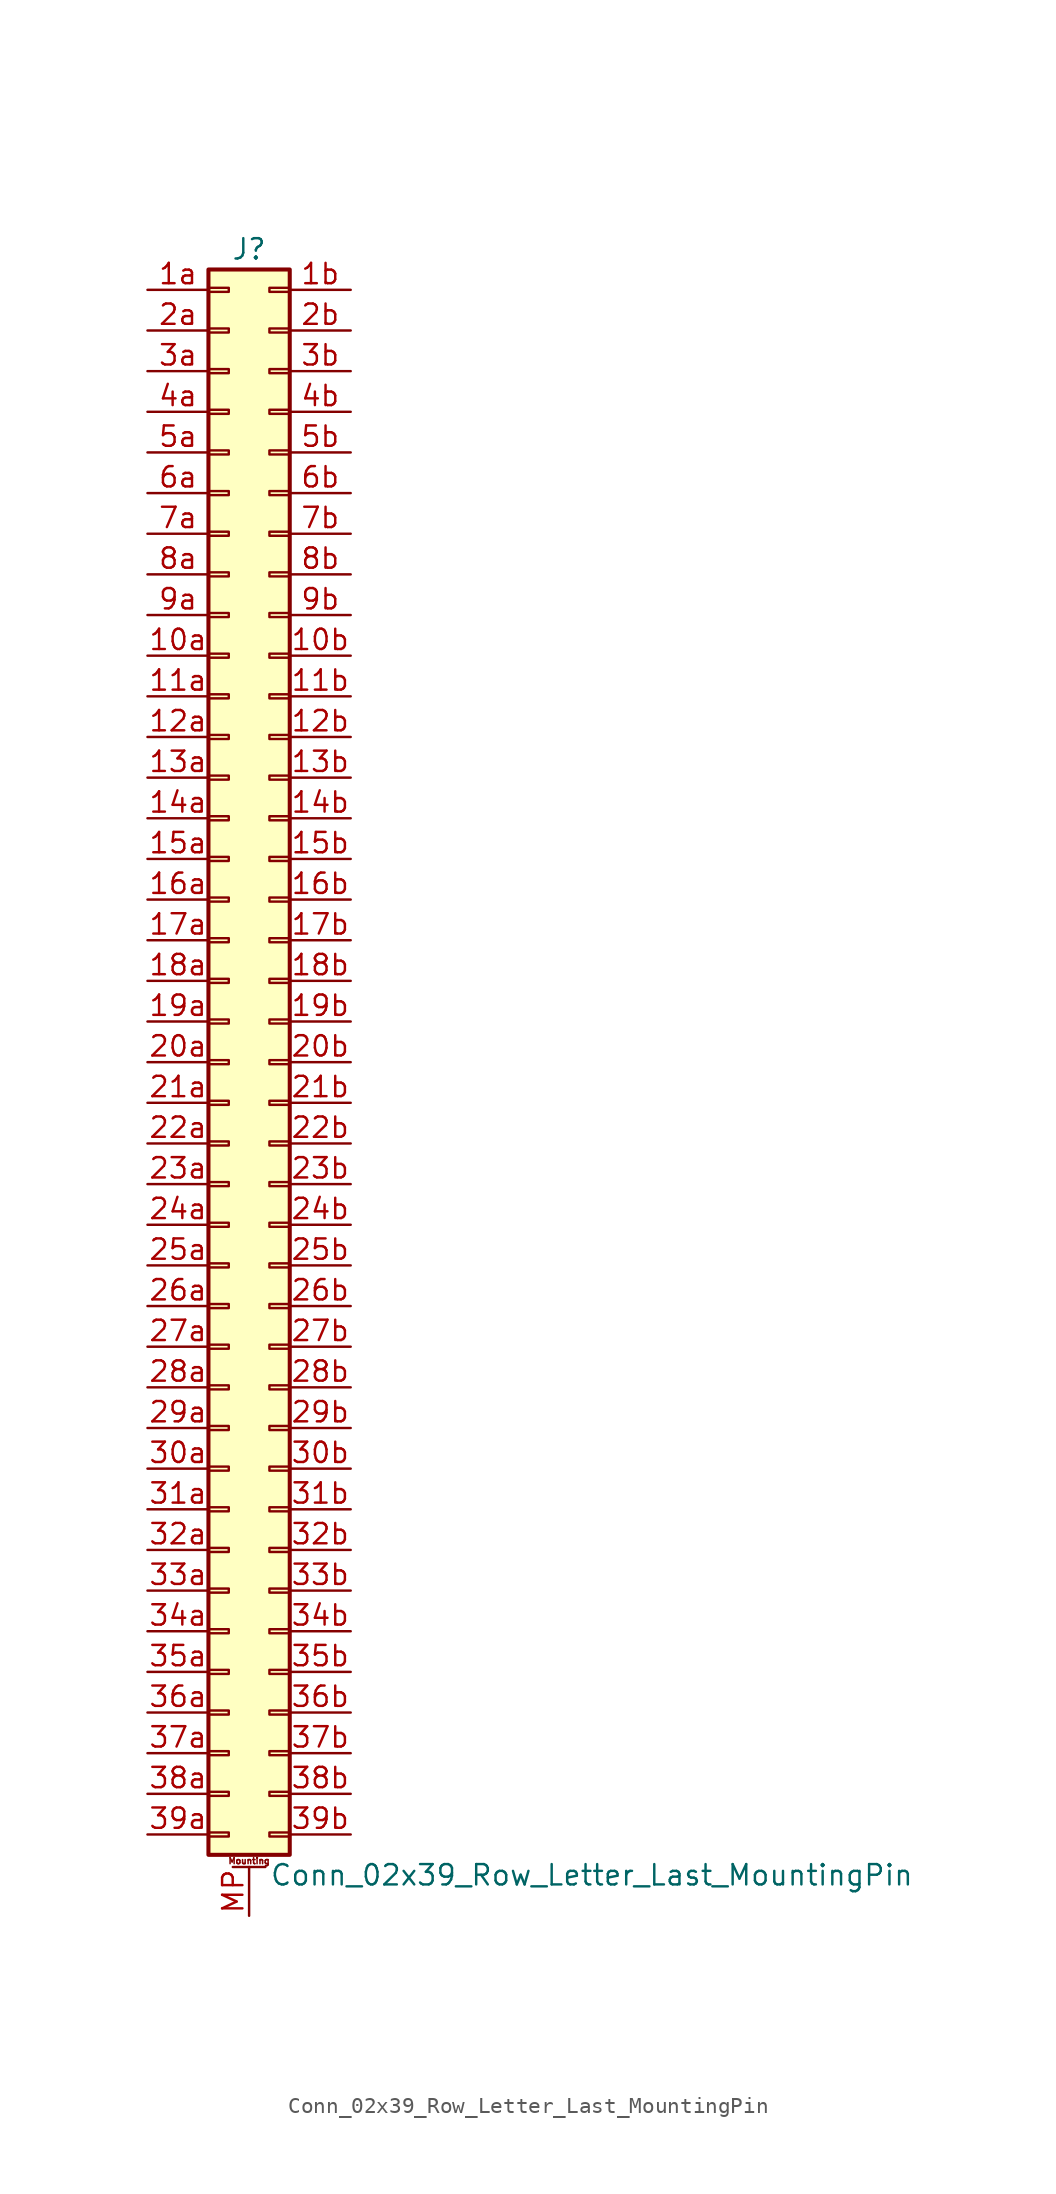
<source format=kicad_sym>
(kicad_symbol_lib
  (version 20201005)
  (generator kicad_symbol_editor)
  (symbol "Connector_Generic_MountingPin:Conn_02x39_Row_Letter_Last_MountingPin"
    (pin_names
      (offset 1.016) hide)
    (property "Reference" "J"
      (at 1.27 50.8 0)
      (effects (font (size 1.27 1.27))))
    (property "Value" "Conn_02x39_Row_Letter_Last_MountingPin"
      (at 2.54 -50.8 0)
      (effects (font (size 1.27 1.27)) (justify left)))
    (symbol "Conn_02x39_Row_Letter_Last_MountingPin_1_1"
      (text "Mounting" (at 1.27 -49.911 0) (effects (font (size 0.381 0.381))))
      (rectangle (start -1.27 -27.813) (end 0 -28.067) (stroke (width 0.152)) (fill (type none)))
      (rectangle (start -1.27 -30.353) (end 0 -30.607) (stroke (width 0.152)) (fill (type none)))
      (rectangle (start -1.27 -32.893) (end 0 -33.147) (stroke (width 0.152)) (fill (type none)))
      (rectangle (start -1.27 -35.433) (end 0 -35.687) (stroke (width 0.152)) (fill (type none)))
      (rectangle (start -1.27 -37.973) (end 0 -38.227) (stroke (width 0.152)) (fill (type none)))
      (rectangle (start -1.27 -40.513) (end 0 -40.767) (stroke (width 0.152)) (fill (type none)))
      (rectangle (start -1.27 -43.053) (end 0 -43.307) (stroke (width 0.152)) (fill (type none)))
      (rectangle (start -1.27 -45.593) (end 0 -45.847) (stroke (width 0.152)) (fill (type none)))
      (rectangle (start -1.27 -48.133) (end 0 -48.387) (stroke (width 0.152)) (fill (type none)))
      (rectangle (start -1.27 -4.953) (end 0 -5.207) (stroke (width 0.152)) (fill (type none)))
      (rectangle (start -1.27 -7.493) (end 0 -7.747) (stroke (width 0.152)) (fill (type none)))
      (rectangle (start -1.27 -10.033) (end 0 -10.287) (stroke (width 0.152)) (fill (type none)))
      (rectangle (start -1.27 -12.573) (end 0 -12.827) (stroke (width 0.152)) (fill (type none)))
      (rectangle (start -1.27 -15.113) (end 0 -15.367) (stroke (width 0.152)) (fill (type none)))
      (rectangle (start -1.27 -17.653) (end 0 -17.907) (stroke (width 0.152)) (fill (type none)))
      (rectangle (start -1.27 -20.193) (end 0 -20.447) (stroke (width 0.152)) (fill (type none)))
      (rectangle (start -1.27 -22.733) (end 0 -22.987) (stroke (width 0.152)) (fill (type none)))
      (rectangle (start -1.27 -2.413) (end 0 -2.667) (stroke (width 0.152)) (fill (type none)))
      (rectangle (start -1.27 -25.273) (end 0 -25.527) (stroke (width 0.152)) (fill (type none)))
      (rectangle (start -1.27 25.527) (end 0 25.273) (stroke (width 0.152)) (fill (type none)))
      (rectangle (start -1.27 2.667) (end 0 2.413) (stroke (width 0.152)) (fill (type none)))
      (rectangle (start -1.27 28.067) (end 0 27.813) (stroke (width 0.152)) (fill (type none)))
      (rectangle (start -1.27 30.607) (end 0 30.353) (stroke (width 0.152)) (fill (type none)))
      (rectangle (start -1.27 33.147) (end 0 32.893) (stroke (width 0.152)) (fill (type none)))
      (rectangle (start -1.27 35.687) (end 0 35.433) (stroke (width 0.152)) (fill (type none)))
      (rectangle (start -1.27 38.227) (end 0 37.973) (stroke (width 0.152)) (fill (type none)))
      (rectangle (start -1.27 40.767) (end 0 40.513) (stroke (width 0.152)) (fill (type none)))
      (rectangle (start -1.27 43.307) (end 0 43.053) (stroke (width 0.152)) (fill (type none)))
      (rectangle (start -1.27 45.847) (end 0 45.593) (stroke (width 0.152)) (fill (type none)))
      (rectangle (start -1.27 48.387) (end 0 48.133) (stroke (width 0.152)) (fill (type none)))
      (rectangle (start -1.27 49.53) (end 3.81 -49.53) (stroke (width 0.254)) (fill (type background)))
      (rectangle (start -1.27 5.207) (end 0 4.953) (stroke (width 0.152)) (fill (type none)))
      (rectangle (start -1.27 7.747) (end 0 7.493) (stroke (width 0.152)) (fill (type none)))
      (rectangle (start -1.27 10.287) (end 0 10.033) (stroke (width 0.152)) (fill (type none)))
      (rectangle (start -1.27 0.127) (end 0 -0.127) (stroke (width 0.152)) (fill (type none)))
      (rectangle (start -1.27 12.827) (end 0 12.573) (stroke (width 0.152)) (fill (type none)))
      (rectangle (start -1.27 15.367) (end 0 15.113) (stroke (width 0.152)) (fill (type none)))
      (rectangle (start -1.27 17.907) (end 0 17.653) (stroke (width 0.152)) (fill (type none)))
      (rectangle (start -1.27 20.447) (end 0 20.193) (stroke (width 0.152)) (fill (type none)))
      (rectangle (start -1.27 22.987) (end 0 22.733) (stroke (width 0.152)) (fill (type none)))
      (rectangle (start 3.81 -27.813) (end 2.54 -28.067) (stroke (width 0.152)) (fill (type none)))
      (rectangle (start 3.81 -30.353) (end 2.54 -30.607) (stroke (width 0.152)) (fill (type none)))
      (rectangle (start 3.81 -32.893) (end 2.54 -33.147) (stroke (width 0.152)) (fill (type none)))
      (rectangle (start 3.81 -35.433) (end 2.54 -35.687) (stroke (width 0.152)) (fill (type none)))
      (rectangle (start 3.81 -37.973) (end 2.54 -38.227) (stroke (width 0.152)) (fill (type none)))
      (rectangle (start 3.81 -40.513) (end 2.54 -40.767) (stroke (width 0.152)) (fill (type none)))
      (rectangle (start 3.81 -43.053) (end 2.54 -43.307) (stroke (width 0.152)) (fill (type none)))
      (rectangle (start 3.81 -45.593) (end 2.54 -45.847) (stroke (width 0.152)) (fill (type none)))
      (rectangle (start 3.81 -48.133) (end 2.54 -48.387) (stroke (width 0.152)) (fill (type none)))
      (rectangle (start 3.81 -4.953) (end 2.54 -5.207) (stroke (width 0.152)) (fill (type none)))
      (rectangle (start 3.81 -7.493) (end 2.54 -7.747) (stroke (width 0.152)) (fill (type none)))
      (rectangle (start 3.81 -10.033) (end 2.54 -10.287) (stroke (width 0.152)) (fill (type none)))
      (rectangle (start 3.81 -12.573) (end 2.54 -12.827) (stroke (width 0.152)) (fill (type none)))
      (rectangle (start 3.81 -15.113) (end 2.54 -15.367) (stroke (width 0.152)) (fill (type none)))
      (rectangle (start 3.81 -17.653) (end 2.54 -17.907) (stroke (width 0.152)) (fill (type none)))
      (rectangle (start 3.81 -20.193) (end 2.54 -20.447) (stroke (width 0.152)) (fill (type none)))
      (rectangle (start 3.81 -22.733) (end 2.54 -22.987) (stroke (width 0.152)) (fill (type none)))
      (rectangle (start 3.81 -2.413) (end 2.54 -2.667) (stroke (width 0.152)) (fill (type none)))
      (rectangle (start 3.81 -25.273) (end 2.54 -25.527) (stroke (width 0.152)) (fill (type none)))
      (rectangle (start 3.81 25.527) (end 2.54 25.273) (stroke (width 0.152)) (fill (type none)))
      (rectangle (start 3.81 2.667) (end 2.54 2.413) (stroke (width 0.152)) (fill (type none)))
      (rectangle (start 3.81 28.067) (end 2.54 27.813) (stroke (width 0.152)) (fill (type none)))
      (rectangle (start 3.81 30.607) (end 2.54 30.353) (stroke (width 0.152)) (fill (type none)))
      (rectangle (start 3.81 33.147) (end 2.54 32.893) (stroke (width 0.152)) (fill (type none)))
      (rectangle (start 3.81 35.687) (end 2.54 35.433) (stroke (width 0.152)) (fill (type none)))
      (rectangle (start 3.81 38.227) (end 2.54 37.973) (stroke (width 0.152)) (fill (type none)))
      (rectangle (start 3.81 40.767) (end 2.54 40.513) (stroke (width 0.152)) (fill (type none)))
      (rectangle (start 3.81 43.307) (end 2.54 43.053) (stroke (width 0.152)) (fill (type none)))
      (rectangle (start 3.81 45.847) (end 2.54 45.593) (stroke (width 0.152)) (fill (type none)))
      (rectangle (start 3.81 48.387) (end 2.54 48.133) (stroke (width 0.152)) (fill (type none)))
      (rectangle (start 3.81 5.207) (end 2.54 4.953) (stroke (width 0.152)) (fill (type none)))
      (rectangle (start 3.81 7.747) (end 2.54 7.493) (stroke (width 0.152)) (fill (type none)))
      (rectangle (start 3.81 10.287) (end 2.54 10.033) (stroke (width 0.152)) (fill (type none)))
      (rectangle (start 3.81 0.127) (end 2.54 -0.127) (stroke (width 0.152)) (fill (type none)))
      (rectangle (start 3.81 12.827) (end 2.54 12.573) (stroke (width 0.152)) (fill (type none)))
      (rectangle (start 3.81 15.367) (end 2.54 15.113) (stroke (width 0.152)) (fill (type none)))
      (rectangle (start 3.81 17.907) (end 2.54 17.653) (stroke (width 0.152)) (fill (type none)))
      (rectangle (start 3.81 20.447) (end 2.54 20.193) (stroke (width 0.152)) (fill (type none)))
      (rectangle (start 3.81 22.987) (end 2.54 22.733) (stroke (width 0.152)) (fill (type none)))
      (polyline (pts (xy 0.254 -50.292) (xy 2.286 -50.292)) (stroke (width 0.152)) (fill (type none)))
      (pin passive line (at 1.27 -53.34 90) (length 3.048) (name "MountPin" (effects (font (size 1.27 1.27)))) (number "MP" (effects (font (size 1.27 1.27)))))
      (pin passive line (at -5.08 25.4 0) (length 3.81) (name "Pin_10a" (effects (font (size 1.27 1.27)))) (number "10a" (effects (font (size 1.27 1.27)))))
      (pin passive line (at 7.62 25.4 180) (length 3.81) (name "Pin_10b" (effects (font (size 1.27 1.27)))) (number "10b" (effects (font (size 1.27 1.27)))))
      (pin passive line (at -5.08 22.86 0) (length 3.81) (name "Pin_11a" (effects (font (size 1.27 1.27)))) (number "11a" (effects (font (size 1.27 1.27)))))
      (pin passive line (at 7.62 22.86 180) (length 3.81) (name "Pin_11b" (effects (font (size 1.27 1.27)))) (number "11b" (effects (font (size 1.27 1.27)))))
      (pin passive line (at -5.08 20.32 0) (length 3.81) (name "Pin_12a" (effects (font (size 1.27 1.27)))) (number "12a" (effects (font (size 1.27 1.27)))))
      (pin passive line (at 7.62 20.32 180) (length 3.81) (name "Pin_12b" (effects (font (size 1.27 1.27)))) (number "12b" (effects (font (size 1.27 1.27)))))
      (pin passive line (at -5.08 17.78 0) (length 3.81) (name "Pin_13a" (effects (font (size 1.27 1.27)))) (number "13a" (effects (font (size 1.27 1.27)))))
      (pin passive line (at 7.62 17.78 180) (length 3.81) (name "Pin_13b" (effects (font (size 1.27 1.27)))) (number "13b" (effects (font (size 1.27 1.27)))))
      (pin passive line (at -5.08 15.24 0) (length 3.81) (name "Pin_14a" (effects (font (size 1.27 1.27)))) (number "14a" (effects (font (size 1.27 1.27)))))
      (pin passive line (at 7.62 15.24 180) (length 3.81) (name "Pin_14b" (effects (font (size 1.27 1.27)))) (number "14b" (effects (font (size 1.27 1.27)))))
      (pin passive line (at -5.08 12.7 0) (length 3.81) (name "Pin_15a" (effects (font (size 1.27 1.27)))) (number "15a" (effects (font (size 1.27 1.27)))))
      (pin passive line (at 7.62 12.7 180) (length 3.81) (name "Pin_15b" (effects (font (size 1.27 1.27)))) (number "15b" (effects (font (size 1.27 1.27)))))
      (pin passive line (at -5.08 10.16 0) (length 3.81) (name "Pin_16a" (effects (font (size 1.27 1.27)))) (number "16a" (effects (font (size 1.27 1.27)))))
      (pin passive line (at 7.62 10.16 180) (length 3.81) (name "Pin_16b" (effects (font (size 1.27 1.27)))) (number "16b" (effects (font (size 1.27 1.27)))))
      (pin passive line (at -5.08 7.62 0) (length 3.81) (name "Pin_17a" (effects (font (size 1.27 1.27)))) (number "17a" (effects (font (size 1.27 1.27)))))
      (pin passive line (at 7.62 7.62 180) (length 3.81) (name "Pin_17b" (effects (font (size 1.27 1.27)))) (number "17b" (effects (font (size 1.27 1.27)))))
      (pin passive line (at -5.08 5.08 0) (length 3.81) (name "Pin_18a" (effects (font (size 1.27 1.27)))) (number "18a" (effects (font (size 1.27 1.27)))))
      (pin passive line (at 7.62 5.08 180) (length 3.81) (name "Pin_18b" (effects (font (size 1.27 1.27)))) (number "18b" (effects (font (size 1.27 1.27)))))
      (pin passive line (at -5.08 2.54 0) (length 3.81) (name "Pin_19a" (effects (font (size 1.27 1.27)))) (number "19a" (effects (font (size 1.27 1.27)))))
      (pin passive line (at 7.62 2.54 180) (length 3.81) (name "Pin_19b" (effects (font (size 1.27 1.27)))) (number "19b" (effects (font (size 1.27 1.27)))))
      (pin passive line (at -5.08 48.26 0) (length 3.81) (name "Pin_1a" (effects (font (size 1.27 1.27)))) (number "1a" (effects (font (size 1.27 1.27)))))
      (pin passive line (at 7.62 48.26 180) (length 3.81) (name "Pin_1b" (effects (font (size 1.27 1.27)))) (number "1b" (effects (font (size 1.27 1.27)))))
      (pin passive line (at -5.08 0 0) (length 3.81) (name "Pin_20a" (effects (font (size 1.27 1.27)))) (number "20a" (effects (font (size 1.27 1.27)))))
      (pin passive line (at 7.62 0 180) (length 3.81) (name "Pin_20b" (effects (font (size 1.27 1.27)))) (number "20b" (effects (font (size 1.27 1.27)))))
      (pin passive line (at -5.08 -2.54 0) (length 3.81) (name "Pin_21a" (effects (font (size 1.27 1.27)))) (number "21a" (effects (font (size 1.27 1.27)))))
      (pin passive line (at 7.62 -2.54 180) (length 3.81) (name "Pin_21b" (effects (font (size 1.27 1.27)))) (number "21b" (effects (font (size 1.27 1.27)))))
      (pin passive line (at -5.08 -5.08 0) (length 3.81) (name "Pin_22a" (effects (font (size 1.27 1.27)))) (number "22a" (effects (font (size 1.27 1.27)))))
      (pin passive line (at 7.62 -5.08 180) (length 3.81) (name "Pin_22b" (effects (font (size 1.27 1.27)))) (number "22b" (effects (font (size 1.27 1.27)))))
      (pin passive line (at -5.08 -7.62 0) (length 3.81) (name "Pin_23a" (effects (font (size 1.27 1.27)))) (number "23a" (effects (font (size 1.27 1.27)))))
      (pin passive line (at 7.62 -7.62 180) (length 3.81) (name "Pin_23b" (effects (font (size 1.27 1.27)))) (number "23b" (effects (font (size 1.27 1.27)))))
      (pin passive line (at -5.08 -10.16 0) (length 3.81) (name "Pin_24a" (effects (font (size 1.27 1.27)))) (number "24a" (effects (font (size 1.27 1.27)))))
      (pin passive line (at 7.62 -10.16 180) (length 3.81) (name "Pin_24b" (effects (font (size 1.27 1.27)))) (number "24b" (effects (font (size 1.27 1.27)))))
      (pin passive line (at -5.08 -12.7 0) (length 3.81) (name "Pin_25a" (effects (font (size 1.27 1.27)))) (number "25a" (effects (font (size 1.27 1.27)))))
      (pin passive line (at 7.62 -12.7 180) (length 3.81) (name "Pin_25b" (effects (font (size 1.27 1.27)))) (number "25b" (effects (font (size 1.27 1.27)))))
      (pin passive line (at -5.08 -15.24 0) (length 3.81) (name "Pin_26a" (effects (font (size 1.27 1.27)))) (number "26a" (effects (font (size 1.27 1.27)))))
      (pin passive line (at 7.62 -15.24 180) (length 3.81) (name "Pin_26b" (effects (font (size 1.27 1.27)))) (number "26b" (effects (font (size 1.27 1.27)))))
      (pin passive line (at -5.08 -17.78 0) (length 3.81) (name "Pin_27a" (effects (font (size 1.27 1.27)))) (number "27a" (effects (font (size 1.27 1.27)))))
      (pin passive line (at 7.62 -17.78 180) (length 3.81) (name "Pin_27b" (effects (font (size 1.27 1.27)))) (number "27b" (effects (font (size 1.27 1.27)))))
      (pin passive line (at -5.08 -20.32 0) (length 3.81) (name "Pin_28a" (effects (font (size 1.27 1.27)))) (number "28a" (effects (font (size 1.27 1.27)))))
      (pin passive line (at 7.62 -20.32 180) (length 3.81) (name "Pin_28b" (effects (font (size 1.27 1.27)))) (number "28b" (effects (font (size 1.27 1.27)))))
      (pin passive line (at -5.08 -22.86 0) (length 3.81) (name "Pin_29a" (effects (font (size 1.27 1.27)))) (number "29a" (effects (font (size 1.27 1.27)))))
      (pin passive line (at 7.62 -22.86 180) (length 3.81) (name "Pin_29b" (effects (font (size 1.27 1.27)))) (number "29b" (effects (font (size 1.27 1.27)))))
      (pin passive line (at -5.08 45.72 0) (length 3.81) (name "Pin_2a" (effects (font (size 1.27 1.27)))) (number "2a" (effects (font (size 1.27 1.27)))))
      (pin passive line (at 7.62 45.72 180) (length 3.81) (name "Pin_2b" (effects (font (size 1.27 1.27)))) (number "2b" (effects (font (size 1.27 1.27)))))
      (pin passive line (at -5.08 -25.4 0) (length 3.81) (name "Pin_30a" (effects (font (size 1.27 1.27)))) (number "30a" (effects (font (size 1.27 1.27)))))
      (pin passive line (at 7.62 -25.4 180) (length 3.81) (name "Pin_30b" (effects (font (size 1.27 1.27)))) (number "30b" (effects (font (size 1.27 1.27)))))
      (pin passive line (at -5.08 -27.94 0) (length 3.81) (name "Pin_31a" (effects (font (size 1.27 1.27)))) (number "31a" (effects (font (size 1.27 1.27)))))
      (pin passive line (at 7.62 -27.94 180) (length 3.81) (name "Pin_31b" (effects (font (size 1.27 1.27)))) (number "31b" (effects (font (size 1.27 1.27)))))
      (pin passive line (at -5.08 -30.48 0) (length 3.81) (name "Pin_32a" (effects (font (size 1.27 1.27)))) (number "32a" (effects (font (size 1.27 1.27)))))
      (pin passive line (at 7.62 -30.48 180) (length 3.81) (name "Pin_32b" (effects (font (size 1.27 1.27)))) (number "32b" (effects (font (size 1.27 1.27)))))
      (pin passive line (at -5.08 -33.02 0) (length 3.81) (name "Pin_33a" (effects (font (size 1.27 1.27)))) (number "33a" (effects (font (size 1.27 1.27)))))
      (pin passive line (at 7.62 -33.02 180) (length 3.81) (name "Pin_33b" (effects (font (size 1.27 1.27)))) (number "33b" (effects (font (size 1.27 1.27)))))
      (pin passive line (at -5.08 -35.56 0) (length 3.81) (name "Pin_34a" (effects (font (size 1.27 1.27)))) (number "34a" (effects (font (size 1.27 1.27)))))
      (pin passive line (at 7.62 -35.56 180) (length 3.81) (name "Pin_34b" (effects (font (size 1.27 1.27)))) (number "34b" (effects (font (size 1.27 1.27)))))
      (pin passive line (at -5.08 -38.1 0) (length 3.81) (name "Pin_35a" (effects (font (size 1.27 1.27)))) (number "35a" (effects (font (size 1.27 1.27)))))
      (pin passive line (at 7.62 -38.1 180) (length 3.81) (name "Pin_35b" (effects (font (size 1.27 1.27)))) (number "35b" (effects (font (size 1.27 1.27)))))
      (pin passive line (at -5.08 -40.64 0) (length 3.81) (name "Pin_36a" (effects (font (size 1.27 1.27)))) (number "36a" (effects (font (size 1.27 1.27)))))
      (pin passive line (at 7.62 -40.64 180) (length 3.81) (name "Pin_36b" (effects (font (size 1.27 1.27)))) (number "36b" (effects (font (size 1.27 1.27)))))
      (pin passive line (at -5.08 -43.18 0) (length 3.81) (name "Pin_37a" (effects (font (size 1.27 1.27)))) (number "37a" (effects (font (size 1.27 1.27)))))
      (pin passive line (at 7.62 -43.18 180) (length 3.81) (name "Pin_37b" (effects (font (size 1.27 1.27)))) (number "37b" (effects (font (size 1.27 1.27)))))
      (pin passive line (at -5.08 -45.72 0) (length 3.81) (name "Pin_38a" (effects (font (size 1.27 1.27)))) (number "38a" (effects (font (size 1.27 1.27)))))
      (pin passive line (at 7.62 -45.72 180) (length 3.81) (name "Pin_38b" (effects (font (size 1.27 1.27)))) (number "38b" (effects (font (size 1.27 1.27)))))
      (pin passive line (at -5.08 -48.26 0) (length 3.81) (name "Pin_39a" (effects (font (size 1.27 1.27)))) (number "39a" (effects (font (size 1.27 1.27)))))
      (pin passive line (at 7.62 -48.26 180) (length 3.81) (name "Pin_39b" (effects (font (size 1.27 1.27)))) (number "39b" (effects (font (size 1.27 1.27)))))
      (pin passive line (at -5.08 43.18 0) (length 3.81) (name "Pin_3a" (effects (font (size 1.27 1.27)))) (number "3a" (effects (font (size 1.27 1.27)))))
      (pin passive line (at 7.62 43.18 180) (length 3.81) (name "Pin_3b" (effects (font (size 1.27 1.27)))) (number "3b" (effects (font (size 1.27 1.27)))))
      (pin passive line (at -5.08 40.64 0) (length 3.81) (name "Pin_4a" (effects (font (size 1.27 1.27)))) (number "4a" (effects (font (size 1.27 1.27)))))
      (pin passive line (at 7.62 40.64 180) (length 3.81) (name "Pin_4b" (effects (font (size 1.27 1.27)))) (number "4b" (effects (font (size 1.27 1.27)))))
      (pin passive line (at -5.08 38.1 0) (length 3.81) (name "Pin_5a" (effects (font (size 1.27 1.27)))) (number "5a" (effects (font (size 1.27 1.27)))))
      (pin passive line (at 7.62 38.1 180) (length 3.81) (name "Pin_5b" (effects (font (size 1.27 1.27)))) (number "5b" (effects (font (size 1.27 1.27)))))
      (pin passive line (at -5.08 35.56 0) (length 3.81) (name "Pin_6a" (effects (font (size 1.27 1.27)))) (number "6a" (effects (font (size 1.27 1.27)))))
      (pin passive line (at 7.62 35.56 180) (length 3.81) (name "Pin_6b" (effects (font (size 1.27 1.27)))) (number "6b" (effects (font (size 1.27 1.27)))))
      (pin passive line (at -5.08 33.02 0) (length 3.81) (name "Pin_7a" (effects (font (size 1.27 1.27)))) (number "7a" (effects (font (size 1.27 1.27)))))
      (pin passive line (at 7.62 33.02 180) (length 3.81) (name "Pin_7b" (effects (font (size 1.27 1.27)))) (number "7b" (effects (font (size 1.27 1.27)))))
      (pin passive line (at -5.08 30.48 0) (length 3.81) (name "Pin_8a" (effects (font (size 1.27 1.27)))) (number "8a" (effects (font (size 1.27 1.27)))))
      (pin passive line (at 7.62 30.48 180) (length 3.81) (name "Pin_8b" (effects (font (size 1.27 1.27)))) (number "8b" (effects (font (size 1.27 1.27)))))
      (pin passive line (at -5.08 27.94 0) (length 3.81) (name "Pin_9a" (effects (font (size 1.27 1.27)))) (number "9a" (effects (font (size 1.27 1.27)))))
      (pin passive line (at 7.62 27.94 180) (length 3.81) (name "Pin_9b" (effects (font (size 1.27 1.27)))) (number "9b" (effects (font (size 1.27 1.27))))))))
</source>
